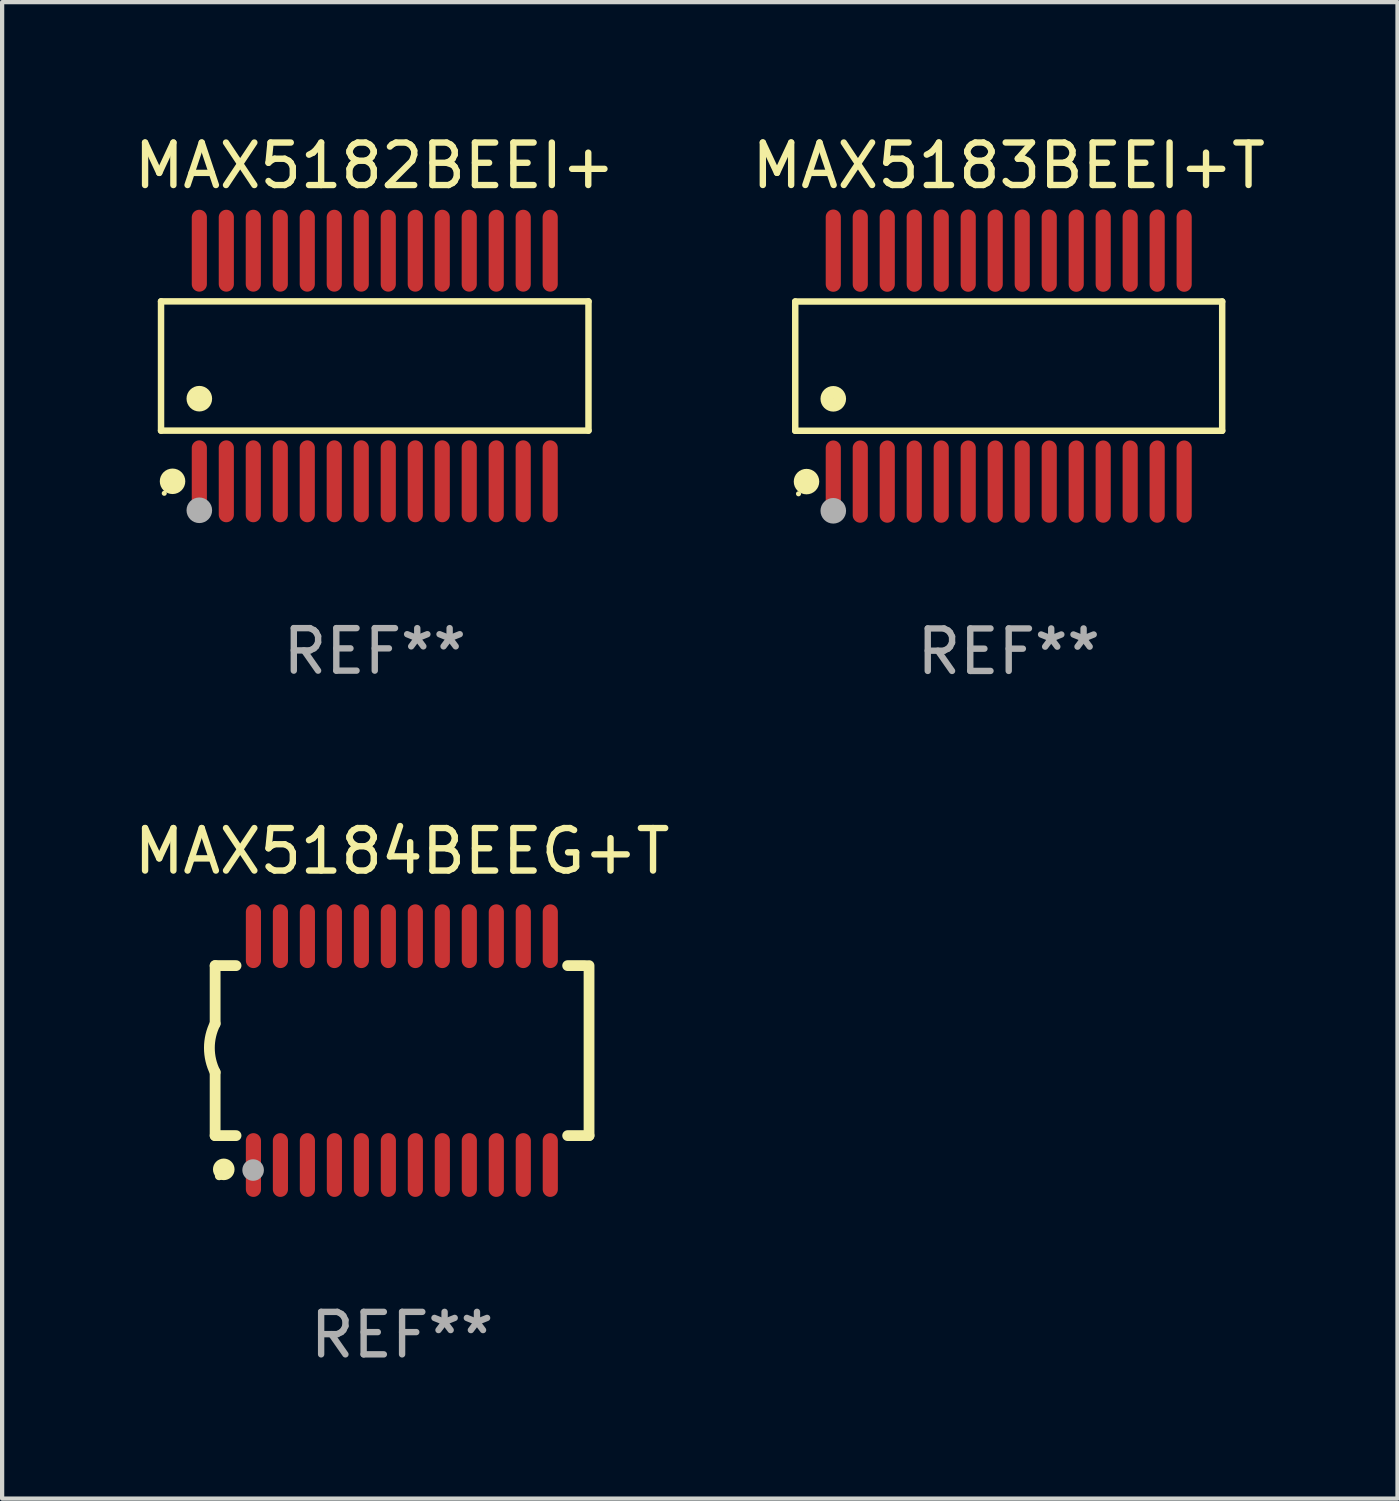
<source format=kicad_pcb>
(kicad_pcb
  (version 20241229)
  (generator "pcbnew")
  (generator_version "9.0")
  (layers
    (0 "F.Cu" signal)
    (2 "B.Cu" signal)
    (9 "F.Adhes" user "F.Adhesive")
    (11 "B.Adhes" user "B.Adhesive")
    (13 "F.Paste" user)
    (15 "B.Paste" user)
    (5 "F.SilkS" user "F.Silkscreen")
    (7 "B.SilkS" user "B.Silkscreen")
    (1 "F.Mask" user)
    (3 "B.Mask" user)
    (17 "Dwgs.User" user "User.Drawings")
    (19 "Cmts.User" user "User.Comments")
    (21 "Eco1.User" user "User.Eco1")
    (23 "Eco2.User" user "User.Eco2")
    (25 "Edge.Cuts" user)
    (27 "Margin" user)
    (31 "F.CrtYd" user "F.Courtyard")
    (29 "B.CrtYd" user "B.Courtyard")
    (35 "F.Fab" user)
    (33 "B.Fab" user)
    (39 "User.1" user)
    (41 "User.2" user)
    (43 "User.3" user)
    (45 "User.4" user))
  (footprint "MAX5184BEEG+T"
    (layer "F.Cu")
    (at 6.411 21.671)
    (property "Reference" "MAX5184BEEG+T" (at 0 -4.692 0) (layer "F.SilkS") (effects (font (size 1 1) (thickness 0.15))))
    (attr through_hole)
    (fp_line (start -4.399 -2) (end -4.399 -0.635) (stroke (width 0.254) (type solid)) (layer "F.SilkS"))
    (fp_line (start -4.399 -2) (end -3.907 -2) (stroke (width 0.254) (type solid)) (layer "F.SilkS"))
    (fp_line (start -4.399 2) (end -4.399 0.508) (stroke (width 0.254) (type solid)) (layer "F.SilkS"))
    (fp_line (start -4.399 2) (end -3.907 2) (stroke (width 0.254) (type solid)) (layer "F.SilkS"))
    (fp_line (start 3.896 -2) (end 4.313 -2) (stroke (width 0.254) (type solid)) (layer "F.SilkS"))
    (fp_line (start 3.896 2) (end 4.399 2) (stroke (width 0.254) (type solid)) (layer "F.SilkS"))
    (fp_line (start 4.399 2) (end 4.399 -2) (stroke (width 0.254) (type solid)) (layer "F.SilkS"))
    (fp_arc (start -4.399301 0.508001) (mid -4.534214 -0.0635) (end -4.399301 -0.635001) (stroke (width 0.254001) (type solid)) (layer "F.SilkS"))
    (fp_circle (center -4.305 2.95) (end -4.255 2.95) (stroke (width 0.1) (type solid)) (fill no) (layer "F.SilkS"))
    (fp_circle (center -4.196 2.794) (end -4.069 2.794) (stroke (width 0.254) (type solid)) (fill no) (layer "F.SilkS"))
    (fp_circle (center -3.505 2.81) (end -3.378 2.81) (stroke (width 0.254) (type solid)) (fill no) (layer "F.Fab"))
    (fp_text user "REF**" (at 0 6.692 0) (layer "F.Fab") (effects (font (size 1 1) (thickness 0.15))))
    (pad "1" smd oval (at -3.498 2.692 90) (size 1.5 0.356) (layers "F.Cu" "F.Mask" "F.Paste"))
    (pad "2" smd oval (at -2.863 2.692 90) (size 1.5 0.356) (layers "F.Cu" "F.Mask" "F.Paste"))
    (pad "3" smd oval (at -2.228 2.692 90) (size 1.5 0.356) (layers "F.Cu" "F.Mask" "F.Paste"))
    (pad "4" smd oval (at -1.593 2.692 90) (size 1.5 0.356) (layers "F.Cu" "F.Mask" "F.Paste"))
    (pad "5" smd oval (at -0.958 2.692 90) (size 1.5 0.356) (layers "F.Cu" "F.Mask" "F.Paste"))
    (pad "6" smd oval (at -0.323 2.692 90) (size 1.5 0.356) (layers "F.Cu" "F.Mask" "F.Paste"))
    (pad "7" smd oval (at 0.312 2.692 90) (size 1.5 0.356) (layers "F.Cu" "F.Mask" "F.Paste"))
    (pad "8" smd oval (at 0.947 2.692 90) (size 1.5 0.356) (layers "F.Cu" "F.Mask" "F.Paste"))
    (pad "9" smd oval (at 1.582 2.692 90) (size 1.5 0.356) (layers "F.Cu" "F.Mask" "F.Paste"))
    (pad "10" smd oval (at 2.217 2.692 90) (size 1.5 0.356) (layers "F.Cu" "F.Mask" "F.Paste"))
    (pad "11" smd oval (at 2.852 2.692 90) (size 1.5 0.356) (layers "F.Cu" "F.Mask" "F.Paste"))
    (pad "12" smd oval (at 3.487 2.692 90) (size 1.5 0.356) (layers "F.Cu" "F.Mask" "F.Paste"))
    (pad "13" smd oval (at 3.487 -2.692 90) (size 1.5 0.356) (layers "F.Cu" "F.Mask" "F.Paste"))
    (pad "14" smd oval (at 2.852 -2.692 90) (size 1.5 0.356) (layers "F.Cu" "F.Mask" "F.Paste"))
    (pad "15" smd oval (at 2.217 -2.692 90) (size 1.5 0.356) (layers "F.Cu" "F.Mask" "F.Paste"))
    (pad "16" smd oval (at 1.582 -2.692 90) (size 1.5 0.356) (layers "F.Cu" "F.Mask" "F.Paste"))
    (pad "17" smd oval (at 0.947 -2.692 90) (size 1.5 0.356) (layers "F.Cu" "F.Mask" "F.Paste"))
    (pad "18" smd oval (at 0.312 -2.692 90) (size 1.5 0.356) (layers "F.Cu" "F.Mask" "F.Paste"))
    (pad "19" smd oval (at -0.323 -2.692 90) (size 1.5 0.356) (layers "F.Cu" "F.Mask" "F.Paste"))
    (pad "20" smd oval (at -0.958 -2.692 90) (size 1.5 0.356) (layers "F.Cu" "F.Mask" "F.Paste"))
    (pad "21" smd oval (at -1.593 -2.692 90) (size 1.5 0.356) (layers "F.Cu" "F.Mask" "F.Paste"))
    (pad "22" smd oval (at -2.228 -2.692 90) (size 1.5 0.356) (layers "F.Cu" "F.Mask" "F.Paste"))
    (pad "23" smd oval (at -2.863 -2.692 90) (size 1.5 0.356) (layers "F.Cu" "F.Mask" "F.Paste"))
    (pad "24" smd oval (at -3.498 -2.692 90) (size 1.5 0.356) (layers "F.Cu" "F.Mask" "F.Paste")))
  (footprint "MAX5182BEEI+"
    (layer "F.Cu")
    (at 5.768 5.562)
    (property "Reference" "MAX5182BEEI+" (at 0 -4.713 0) (layer "F.SilkS") (effects (font (size 1 1) (thickness 0.15))))
    (attr through_hole)
    (fp_line (start -5.029 -1.521) (end 5.029 -1.521) (stroke (width 0.152) (type solid)) (layer "F.SilkS"))
    (fp_line (start -5.029 1.521) (end -5.029 -1.521) (stroke (width 0.152) (type solid)) (layer "F.SilkS"))
    (fp_line (start 5.029 -1.521) (end 5.029 1.521) (stroke (width 0.152) (type solid)) (layer "F.SilkS"))
    (fp_line (start 5.029 1.521) (end -5.029 1.521) (stroke (width 0.152) (type solid)) (layer "F.SilkS"))
    (fp_circle (center -4.953 2.995) (end -4.923 2.995) (stroke (width 0.06) (type solid)) (fill no) (layer "F.SilkS"))
    (fp_circle (center -4.758 2.713) (end -4.608 2.713) (stroke (width 0.3) (type solid)) (fill no) (layer "F.SilkS"))
    (fp_circle (center -4.128 0.769) (end -3.977 0.769) (stroke (width 0.3) (type solid)) (fill no) (layer "F.SilkS"))
    (fp_circle (center -4.128 3.395) (end -3.977 3.395) (stroke (width 0.3) (type solid)) (fill no) (layer "F.Fab"))
    (fp_text user "REF**" (at 0 6.713 0) (layer "F.Fab") (effects (font (size 1 1) (thickness 0.15))))
    (pad "1" smd oval (at -4.128 2.713) (size 0.356 1.927) (layers "F.Cu" "F.Mask" "F.Paste"))
    (pad "2" smd oval (at -3.493 2.713) (size 0.356 1.927) (layers "F.Cu" "F.Mask" "F.Paste"))
    (pad "3" smd oval (at -2.858 2.713) (size 0.356 1.927) (layers "F.Cu" "F.Mask" "F.Paste"))
    (pad "4" smd oval (at -2.223 2.713) (size 0.356 1.927) (layers "F.Cu" "F.Mask" "F.Paste"))
    (pad "5" smd oval (at -1.588 2.713) (size 0.356 1.927) (layers "F.Cu" "F.Mask" "F.Paste"))
    (pad "6" smd oval (at -0.953 2.713) (size 0.356 1.927) (layers "F.Cu" "F.Mask" "F.Paste"))
    (pad "7" smd oval (at -0.318 2.713) (size 0.356 1.927) (layers "F.Cu" "F.Mask" "F.Paste"))
    (pad "8" smd oval (at 0.318 2.713) (size 0.356 1.927) (layers "F.Cu" "F.Mask" "F.Paste"))
    (pad "9" smd oval (at 0.953 2.713) (size 0.356 1.927) (layers "F.Cu" "F.Mask" "F.Paste"))
    (pad "10" smd oval (at 1.588 2.713) (size 0.356 1.927) (layers "F.Cu" "F.Mask" "F.Paste"))
    (pad "11" smd oval (at 2.223 2.713) (size 0.356 1.927) (layers "F.Cu" "F.Mask" "F.Paste"))
    (pad "12" smd oval (at 2.858 2.713) (size 0.356 1.927) (layers "F.Cu" "F.Mask" "F.Paste"))
    (pad "13" smd oval (at 3.493 2.713) (size 0.356 1.927) (layers "F.Cu" "F.Mask" "F.Paste"))
    (pad "14" smd oval (at 4.128 2.713) (size 0.356 1.927) (layers "F.Cu" "F.Mask" "F.Paste"))
    (pad "15" smd oval (at 4.128 -2.713) (size 0.356 1.927) (layers "F.Cu" "F.Mask" "F.Paste"))
    (pad "16" smd oval (at 3.493 -2.713) (size 0.356 1.927) (layers "F.Cu" "F.Mask" "F.Paste"))
    (pad "17" smd oval (at 2.858 -2.713) (size 0.356 1.927) (layers "F.Cu" "F.Mask" "F.Paste"))
    (pad "18" smd oval (at 2.223 -2.713) (size 0.356 1.927) (layers "F.Cu" "F.Mask" "F.Paste"))
    (pad "19" smd oval (at 1.588 -2.713) (size 0.356 1.927) (layers "F.Cu" "F.Mask" "F.Paste"))
    (pad "20" smd oval (at 0.953 -2.713) (size 0.356 1.927) (layers "F.Cu" "F.Mask" "F.Paste"))
    (pad "21" smd oval (at 0.318 -2.713) (size 0.356 1.927) (layers "F.Cu" "F.Mask" "F.Paste"))
    (pad "22" smd oval (at -0.318 -2.713) (size 0.356 1.927) (layers "F.Cu" "F.Mask" "F.Paste"))
    (pad "23" smd oval (at -0.953 -2.713) (size 0.356 1.927) (layers "F.Cu" "F.Mask" "F.Paste"))
    (pad "24" smd oval (at -1.588 -2.713) (size 0.356 1.927) (layers "F.Cu" "F.Mask" "F.Paste"))
    (pad "25" smd oval (at -2.223 -2.713) (size 0.356 1.927) (layers "F.Cu" "F.Mask" "F.Paste"))
    (pad "26" smd oval (at -2.858 -2.713) (size 0.356 1.927) (layers "F.Cu" "F.Mask" "F.Paste"))
    (pad "27" smd oval (at -3.493 -2.713) (size 0.356 1.927) (layers "F.Cu" "F.Mask" "F.Paste"))
    (pad "28" smd oval (at -4.128 -2.713) (size 0.356 1.927) (layers "F.Cu" "F.Mask" "F.Paste")))
  (footprint "MAX5183BEEI+T"
    (layer "F.Cu")
    (at 20.685 5.565)
    (property "Reference" "MAX5183BEEI+T" (at 0 -4.717 0) (layer "F.SilkS") (effects (font (size 1 1) (thickness 0.15))))
    (attr through_hole)
    (fp_line (start -5.023 -1.521) (end 5.023 -1.521) (stroke (width 0.152) (type solid)) (layer "F.SilkS"))
    (fp_line (start -5.023 1.521) (end -5.023 -1.521) (stroke (width 0.152) (type solid)) (layer "F.SilkS"))
    (fp_line (start 5.023 -1.521) (end 5.023 1.521) (stroke (width 0.152) (type solid)) (layer "F.SilkS"))
    (fp_line (start 5.023 1.521) (end -5.023 1.521) (stroke (width 0.152) (type solid)) (layer "F.SilkS"))
    (fp_circle (center -4.946 3.004) (end -4.916 3.004) (stroke (width 0.06) (type solid)) (fill no) (layer "F.SilkS"))
    (fp_circle (center -4.758 2.717) (end -4.608 2.717) (stroke (width 0.3) (type solid)) (fill no) (layer "F.SilkS"))
    (fp_circle (center -4.128 0.769) (end -3.977 0.769) (stroke (width 0.3) (type solid)) (fill no) (layer "F.SilkS"))
    (fp_circle (center -4.128 3.404) (end -3.977 3.404) (stroke (width 0.3) (type solid)) (fill no) (layer "F.Fab"))
    (fp_text user "REF**" (at 0 6.717 0) (layer "F.Fab") (effects (font (size 1 1) (thickness 0.15))))
    (pad "1" smd oval (at -4.128 2.717) (size 0.356 1.935) (layers "F.Cu" "F.Mask" "F.Paste"))
    (pad "2" smd oval (at -3.493 2.717) (size 0.356 1.935) (layers "F.Cu" "F.Mask" "F.Paste"))
    (pad "3" smd oval (at -2.858 2.717) (size 0.356 1.935) (layers "F.Cu" "F.Mask" "F.Paste"))
    (pad "4" smd oval (at -2.223 2.717) (size 0.356 1.935) (layers "F.Cu" "F.Mask" "F.Paste"))
    (pad "5" smd oval (at -1.588 2.717) (size 0.356 1.935) (layers "F.Cu" "F.Mask" "F.Paste"))
    (pad "6" smd oval (at -0.953 2.717) (size 0.356 1.935) (layers "F.Cu" "F.Mask" "F.Paste"))
    (pad "7" smd oval (at -0.318 2.717) (size 0.356 1.935) (layers "F.Cu" "F.Mask" "F.Paste"))
    (pad "8" smd oval (at 0.318 2.717) (size 0.356 1.935) (layers "F.Cu" "F.Mask" "F.Paste"))
    (pad "9" smd oval (at 0.953 2.717) (size 0.356 1.935) (layers "F.Cu" "F.Mask" "F.Paste"))
    (pad "10" smd oval (at 1.588 2.717) (size 0.356 1.935) (layers "F.Cu" "F.Mask" "F.Paste"))
    (pad "11" smd oval (at 2.223 2.717) (size 0.356 1.935) (layers "F.Cu" "F.Mask" "F.Paste"))
    (pad "12" smd oval (at 2.858 2.717) (size 0.356 1.935) (layers "F.Cu" "F.Mask" "F.Paste"))
    (pad "13" smd oval (at 3.493 2.717) (size 0.356 1.935) (layers "F.Cu" "F.Mask" "F.Paste"))
    (pad "14" smd oval (at 4.128 2.717) (size 0.356 1.935) (layers "F.Cu" "F.Mask" "F.Paste"))
    (pad "15" smd oval (at 4.128 -2.717) (size 0.356 1.935) (layers "F.Cu" "F.Mask" "F.Paste"))
    (pad "16" smd oval (at 3.493 -2.717) (size 0.356 1.935) (layers "F.Cu" "F.Mask" "F.Paste"))
    (pad "17" smd oval (at 2.858 -2.717) (size 0.356 1.935) (layers "F.Cu" "F.Mask" "F.Paste"))
    (pad "18" smd oval (at 2.223 -2.717) (size 0.356 1.935) (layers "F.Cu" "F.Mask" "F.Paste"))
    (pad "19" smd oval (at 1.588 -2.717) (size 0.356 1.935) (layers "F.Cu" "F.Mask" "F.Paste"))
    (pad "20" smd oval (at 0.953 -2.717) (size 0.356 1.935) (layers "F.Cu" "F.Mask" "F.Paste"))
    (pad "21" smd oval (at 0.318 -2.717) (size 0.356 1.935) (layers "F.Cu" "F.Mask" "F.Paste"))
    (pad "22" smd oval (at -0.318 -2.717) (size 0.356 1.935) (layers "F.Cu" "F.Mask" "F.Paste"))
    (pad "23" smd oval (at -0.953 -2.717) (size 0.356 1.935) (layers "F.Cu" "F.Mask" "F.Paste"))
    (pad "24" smd oval (at -1.588 -2.717) (size 0.356 1.935) (layers "F.Cu" "F.Mask" "F.Paste"))
    (pad "25" smd oval (at -2.223 -2.717) (size 0.356 1.935) (layers "F.Cu" "F.Mask" "F.Paste"))
    (pad "26" smd oval (at -2.858 -2.717) (size 0.356 1.935) (layers "F.Cu" "F.Mask" "F.Paste"))
    (pad "27" smd oval (at -3.493 -2.717) (size 0.356 1.935) (layers "F.Cu" "F.Mask" "F.Paste"))
    (pad "28" smd oval (at -4.128 -2.717) (size 0.356 1.935) (layers "F.Cu" "F.Mask" "F.Paste")))
  (gr_rect
    (start -3 -3)
    (end 29.833 32.212)
    (stroke (width 0.1) (type default))
    (fill no)
    (layer "Edge.Cuts")))
</source>
